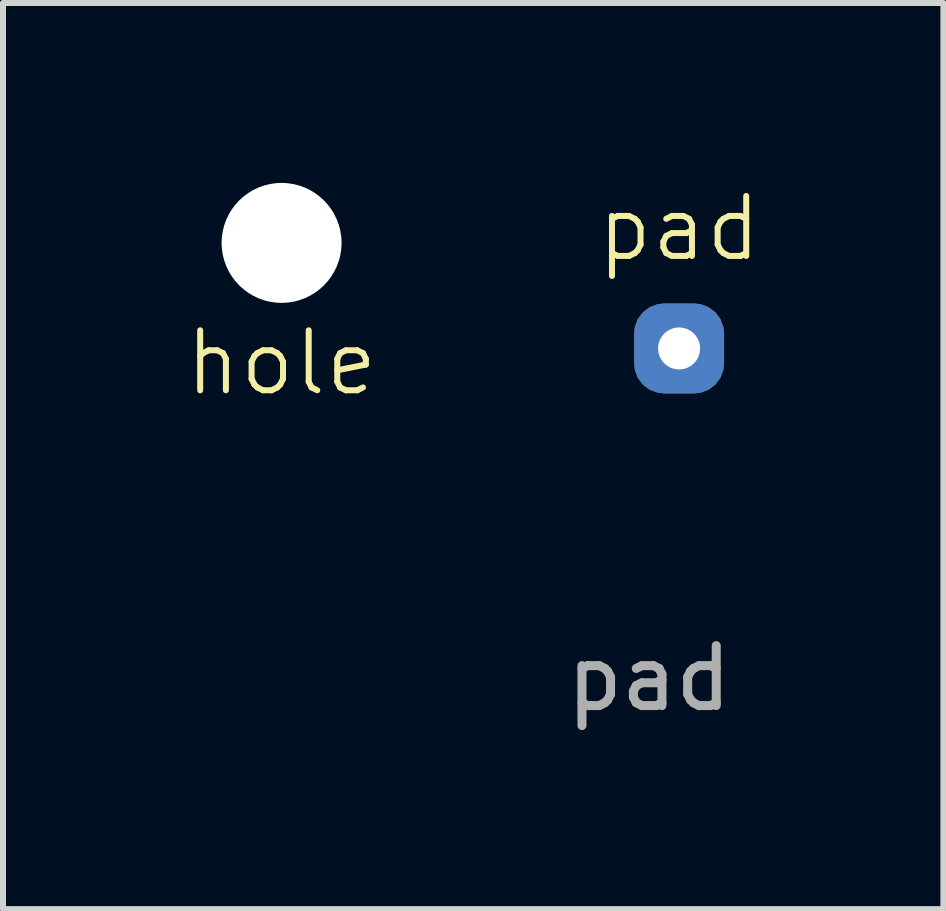
<source format=kicad_pcb>
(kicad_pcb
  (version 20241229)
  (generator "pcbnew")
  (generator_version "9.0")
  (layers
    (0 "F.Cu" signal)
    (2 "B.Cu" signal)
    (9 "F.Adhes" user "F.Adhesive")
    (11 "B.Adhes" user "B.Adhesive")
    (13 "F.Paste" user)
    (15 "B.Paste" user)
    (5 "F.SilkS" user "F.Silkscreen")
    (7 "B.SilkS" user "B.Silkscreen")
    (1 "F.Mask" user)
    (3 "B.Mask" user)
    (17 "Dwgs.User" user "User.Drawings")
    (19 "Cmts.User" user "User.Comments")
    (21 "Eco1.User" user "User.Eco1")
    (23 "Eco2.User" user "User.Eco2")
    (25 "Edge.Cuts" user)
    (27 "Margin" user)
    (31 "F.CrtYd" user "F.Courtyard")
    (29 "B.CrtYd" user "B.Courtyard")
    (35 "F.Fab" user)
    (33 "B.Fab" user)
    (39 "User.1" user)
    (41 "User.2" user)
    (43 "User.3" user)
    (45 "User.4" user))
  (footprint "hole"
    (layer "F.Cu")
    (at 1.645 3.5)
    (property "Reference" "hole" (at 0 -0.5 0) (unlocked yes) (layer "F.SilkS") (effects (font (size 1 1) (thickness 0.1))))
    (attr smd)
    (pad "" np_thru_hole circle (at 0 -2.5) (size 2 2) (drill 2) (layers "*.Cu" "*.Mask")))
  (footprint "pad"
    (layer "F.Cu")
    (at 8.273 2.76)
    (property "Reference" "pad" (at 0 -2 0) (unlocked yes) (layer "F.SilkS") (effects (font (size 1 1) (thickness 0.1))))
    (attr smd)
    (fp_text user "${REFERENCE}" (at -0.5 5.5 0) (unlocked yes) (layer "F.Fab") (effects (font (size 1 1) (thickness 0.15))))
    (pad "1" thru_hole roundrect (at 0 0) (size 1.5 1.5) (drill 0.7) (layers "*.Cu" "*.Mask") (roundrect_rratio 0.333)))
  (gr_rect
    (start -3 -3)
    (end 12.68 12.109)
    (stroke (width 0.1) (type default))
    (fill no)
    (layer "Edge.Cuts")))
</source>
